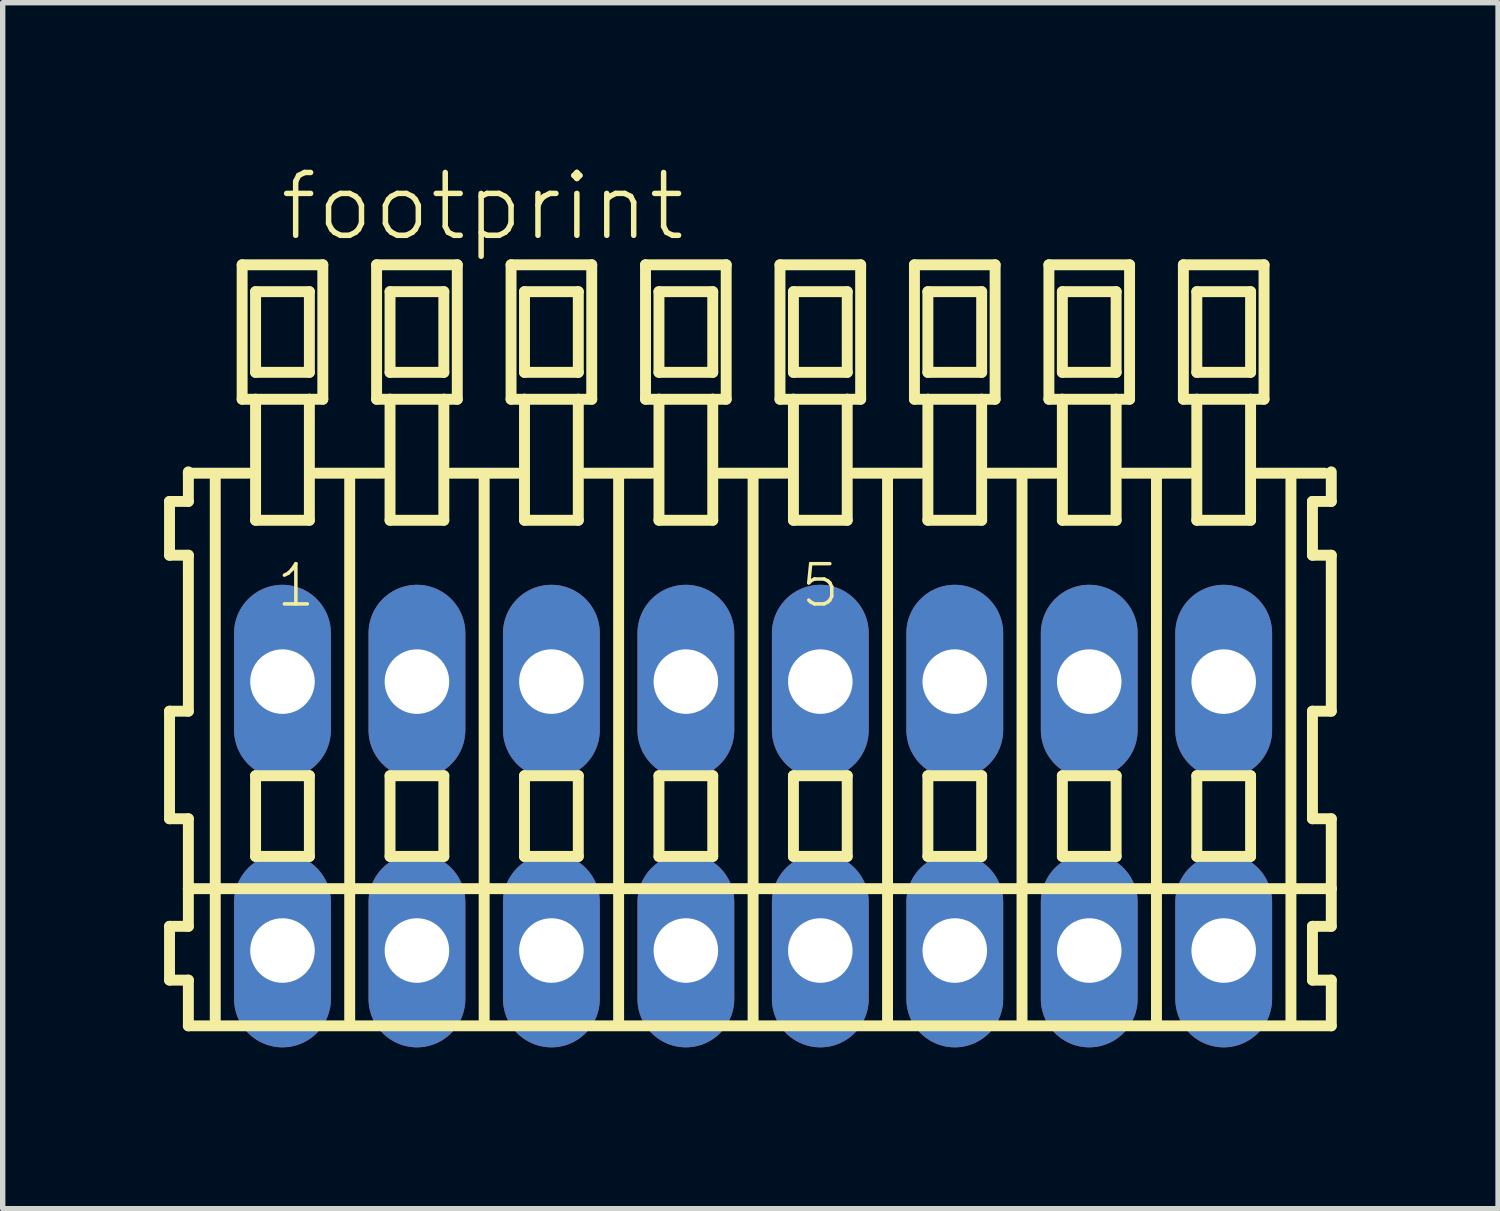
<source format=kicad_pcb>
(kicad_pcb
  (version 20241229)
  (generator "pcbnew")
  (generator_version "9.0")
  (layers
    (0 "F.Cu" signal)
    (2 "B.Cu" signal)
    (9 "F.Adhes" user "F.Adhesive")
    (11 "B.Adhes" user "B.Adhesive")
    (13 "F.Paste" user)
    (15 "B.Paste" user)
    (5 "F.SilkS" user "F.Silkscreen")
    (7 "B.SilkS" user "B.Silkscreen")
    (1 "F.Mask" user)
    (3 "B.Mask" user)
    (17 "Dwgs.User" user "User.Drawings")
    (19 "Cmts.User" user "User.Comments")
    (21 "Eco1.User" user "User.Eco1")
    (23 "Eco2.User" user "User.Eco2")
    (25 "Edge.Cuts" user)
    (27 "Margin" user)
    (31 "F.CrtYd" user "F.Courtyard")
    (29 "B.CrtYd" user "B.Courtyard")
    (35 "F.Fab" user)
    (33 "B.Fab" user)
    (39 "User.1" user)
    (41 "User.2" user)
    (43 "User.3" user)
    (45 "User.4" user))
  (footprint "footprint"
    (layer "F.Cu")
    (at 10.952 12.123)
    (property "Reference" "footprint" (at -8.85 -10.65 0) (layer "F.SilkS") (effects (font (size 1.168 1.168) (thickness 0.102)) (justify left bottom)))
    (fp_line (start -10.85 -5.85) (end -10.85 -4.85) (stroke (width 0.203) (type solid)) (layer "F.SilkS"))
    (fp_line (start -10.85 -4.85) (end -10.5 -4.85) (stroke (width 0.203) (type solid)) (layer "F.SilkS"))
    (fp_line (start -10.85 -1.95) (end -10.85 0.05) (stroke (width 0.203) (type solid)) (layer "F.SilkS"))
    (fp_line (start -10.85 0.05) (end -10.5 0.05) (stroke (width 0.203) (type solid)) (layer "F.SilkS"))
    (fp_line (start -10.85 2.05) (end -10.85 3.05) (stroke (width 0.203) (type solid)) (layer "F.SilkS"))
    (fp_line (start -10.85 3.05) (end -10.5 3.05) (stroke (width 0.203) (type solid)) (layer "F.SilkS"))
    (fp_line (start -10.5 -6.4) (end -10.5 -6.375) (stroke (width 0.203) (type solid)) (layer "F.SilkS"))
    (fp_line (start -10.5 -6.375) (end -10.5 -5.85) (stroke (width 0.203) (type solid)) (layer "F.SilkS"))
    (fp_line (start -10.5 -6.375) (end -9.375 -6.375) (stroke (width 0.203) (type solid)) (layer "F.SilkS"))
    (fp_line (start -10.5 -5.85) (end -10.85 -5.85) (stroke (width 0.203) (type solid)) (layer "F.SilkS"))
    (fp_line (start -10.5 -4.85) (end -10.5 -1.95) (stroke (width 0.203) (type solid)) (layer "F.SilkS"))
    (fp_line (start -10.5 -1.95) (end -10.85 -1.95) (stroke (width 0.203) (type solid)) (layer "F.SilkS"))
    (fp_line (start -10.5 0.05) (end -10.5 1.35) (stroke (width 0.203) (type solid)) (layer "F.SilkS"))
    (fp_line (start -10.5 1.35) (end -10.5 2.05) (stroke (width 0.203) (type solid)) (layer "F.SilkS"))
    (fp_line (start -10.5 1.35) (end 10.75 1.35) (stroke (width 0.203) (type solid)) (layer "F.SilkS"))
    (fp_line (start -10.5 2.05) (end -10.85 2.05) (stroke (width 0.203) (type solid)) (layer "F.SilkS"))
    (fp_line (start -10.5 3.05) (end -10.5 3.9) (stroke (width 0.203) (type solid)) (layer "F.SilkS"))
    (fp_line (start -10.5 3.9) (end 10.75 3.9) (stroke (width 0.203) (type solid)) (layer "F.SilkS"))
    (fp_line (start -10 -6.35) (end -10 3.8) (stroke (width 0.203) (type solid)) (layer "F.SilkS"))
    (fp_line (start -9.5 -10.25) (end -9.5 -7.75) (stroke (width 0.203) (type solid)) (layer "F.SilkS"))
    (fp_line (start -9.5 -7.75) (end -9.25 -7.75) (stroke (width 0.203) (type solid)) (layer "F.SilkS"))
    (fp_line (start -9.25 -9.75) (end -9.25 -8.25) (stroke (width 0.203) (type solid)) (layer "F.SilkS"))
    (fp_line (start -9.25 -8.25) (end -8.25 -8.25) (stroke (width 0.203) (type solid)) (layer "F.SilkS"))
    (fp_line (start -9.25 -7.75) (end -9.25 -5.5) (stroke (width 0.203) (type solid)) (layer "F.SilkS"))
    (fp_line (start -9.25 -7.75) (end -8.25 -7.75) (stroke (width 0.203) (type solid)) (layer "F.SilkS"))
    (fp_line (start -9.25 -5.5) (end -8.25 -5.5) (stroke (width 0.203) (type solid)) (layer "F.SilkS"))
    (fp_line (start -9.25 -0.75) (end -9.25 0.75) (stroke (width 0.203) (type solid)) (layer "F.SilkS"))
    (fp_line (start -9.25 0.75) (end -8.25 0.75) (stroke (width 0.203) (type solid)) (layer "F.SilkS"))
    (fp_line (start -8.25 -9.75) (end -9.25 -9.75) (stroke (width 0.203) (type solid)) (layer "F.SilkS"))
    (fp_line (start -8.25 -8.25) (end -8.25 -9.75) (stroke (width 0.203) (type solid)) (layer "F.SilkS"))
    (fp_line (start -8.25 -7.75) (end -8 -7.75) (stroke (width 0.203) (type solid)) (layer "F.SilkS"))
    (fp_line (start -8.25 -5.5) (end -8.25 -7.75) (stroke (width 0.203) (type solid)) (layer "F.SilkS"))
    (fp_line (start -8.25 -0.75) (end -9.25 -0.75) (stroke (width 0.203) (type solid)) (layer "F.SilkS"))
    (fp_line (start -8.25 0.75) (end -8.25 -0.75) (stroke (width 0.203) (type solid)) (layer "F.SilkS"))
    (fp_line (start -8.125 -6.375) (end -6.875 -6.375) (stroke (width 0.203) (type solid)) (layer "F.SilkS"))
    (fp_line (start -8 -10.25) (end -9.5 -10.25) (stroke (width 0.203) (type solid)) (layer "F.SilkS"))
    (fp_line (start -8 -7.75) (end -8 -10.25) (stroke (width 0.203) (type solid)) (layer "F.SilkS"))
    (fp_line (start -7.5 -6.35) (end -7.5 3.8) (stroke (width 0.203) (type solid)) (layer "F.SilkS"))
    (fp_line (start -7 -10.25) (end -7 -7.75) (stroke (width 0.203) (type solid)) (layer "F.SilkS"))
    (fp_line (start -7 -7.75) (end -6.75 -7.75) (stroke (width 0.203) (type solid)) (layer "F.SilkS"))
    (fp_line (start -6.75 -9.75) (end -6.75 -8.25) (stroke (width 0.203) (type solid)) (layer "F.SilkS"))
    (fp_line (start -6.75 -8.25) (end -5.75 -8.25) (stroke (width 0.203) (type solid)) (layer "F.SilkS"))
    (fp_line (start -6.75 -7.75) (end -6.75 -5.5) (stroke (width 0.203) (type solid)) (layer "F.SilkS"))
    (fp_line (start -6.75 -7.75) (end -5.75 -7.75) (stroke (width 0.203) (type solid)) (layer "F.SilkS"))
    (fp_line (start -6.75 -5.5) (end -5.75 -5.5) (stroke (width 0.203) (type solid)) (layer "F.SilkS"))
    (fp_line (start -6.75 -0.75) (end -6.75 0.75) (stroke (width 0.203) (type solid)) (layer "F.SilkS"))
    (fp_line (start -6.75 0.75) (end -5.75 0.75) (stroke (width 0.203) (type solid)) (layer "F.SilkS"))
    (fp_line (start -5.75 -9.75) (end -6.75 -9.75) (stroke (width 0.203) (type solid)) (layer "F.SilkS"))
    (fp_line (start -5.75 -8.25) (end -5.75 -9.75) (stroke (width 0.203) (type solid)) (layer "F.SilkS"))
    (fp_line (start -5.75 -7.75) (end -5.5 -7.75) (stroke (width 0.203) (type solid)) (layer "F.SilkS"))
    (fp_line (start -5.75 -5.5) (end -5.75 -7.75) (stroke (width 0.203) (type solid)) (layer "F.SilkS"))
    (fp_line (start -5.75 -0.75) (end -6.75 -0.75) (stroke (width 0.203) (type solid)) (layer "F.SilkS"))
    (fp_line (start -5.75 0.75) (end -5.75 -0.75) (stroke (width 0.203) (type solid)) (layer "F.SilkS"))
    (fp_line (start -5.625 -6.375) (end -4.375 -6.375) (stroke (width 0.203) (type solid)) (layer "F.SilkS"))
    (fp_line (start -5.5 -10.25) (end -7 -10.25) (stroke (width 0.203) (type solid)) (layer "F.SilkS"))
    (fp_line (start -5.5 -7.75) (end -5.5 -10.25) (stroke (width 0.203) (type solid)) (layer "F.SilkS"))
    (fp_line (start -5 -6.35) (end -5 3.8) (stroke (width 0.203) (type solid)) (layer "F.SilkS"))
    (fp_line (start -4.5 -10.25) (end -4.5 -7.75) (stroke (width 0.203) (type solid)) (layer "F.SilkS"))
    (fp_line (start -4.5 -7.75) (end -4.25 -7.75) (stroke (width 0.203) (type solid)) (layer "F.SilkS"))
    (fp_line (start -4.25 -9.75) (end -4.25 -8.25) (stroke (width 0.203) (type solid)) (layer "F.SilkS"))
    (fp_line (start -4.25 -8.25) (end -3.25 -8.25) (stroke (width 0.203) (type solid)) (layer "F.SilkS"))
    (fp_line (start -4.25 -7.75) (end -4.25 -5.5) (stroke (width 0.203) (type solid)) (layer "F.SilkS"))
    (fp_line (start -4.25 -7.75) (end -3.25 -7.75) (stroke (width 0.203) (type solid)) (layer "F.SilkS"))
    (fp_line (start -4.25 -5.5) (end -3.25 -5.5) (stroke (width 0.203) (type solid)) (layer "F.SilkS"))
    (fp_line (start -4.25 -0.75) (end -4.25 0.75) (stroke (width 0.203) (type solid)) (layer "F.SilkS"))
    (fp_line (start -4.25 0.75) (end -3.25 0.75) (stroke (width 0.203) (type solid)) (layer "F.SilkS"))
    (fp_line (start -3.25 -9.75) (end -4.25 -9.75) (stroke (width 0.203) (type solid)) (layer "F.SilkS"))
    (fp_line (start -3.25 -8.25) (end -3.25 -9.75) (stroke (width 0.203) (type solid)) (layer "F.SilkS"))
    (fp_line (start -3.25 -7.75) (end -3 -7.75) (stroke (width 0.203) (type solid)) (layer "F.SilkS"))
    (fp_line (start -3.25 -5.5) (end -3.25 -7.75) (stroke (width 0.203) (type solid)) (layer "F.SilkS"))
    (fp_line (start -3.25 -0.75) (end -4.25 -0.75) (stroke (width 0.203) (type solid)) (layer "F.SilkS"))
    (fp_line (start -3.25 0.75) (end -3.25 -0.75) (stroke (width 0.203) (type solid)) (layer "F.SilkS"))
    (fp_line (start -3.125 -6.375) (end -1.875 -6.375) (stroke (width 0.203) (type solid)) (layer "F.SilkS"))
    (fp_line (start -3 -10.25) (end -4.5 -10.25) (stroke (width 0.203) (type solid)) (layer "F.SilkS"))
    (fp_line (start -3 -7.75) (end -3 -10.25) (stroke (width 0.203) (type solid)) (layer "F.SilkS"))
    (fp_line (start -2.5 -6.35) (end -2.5 3.8) (stroke (width 0.203) (type solid)) (layer "F.SilkS"))
    (fp_line (start -2 -10.25) (end -2 -7.75) (stroke (width 0.203) (type solid)) (layer "F.SilkS"))
    (fp_line (start -2 -7.75) (end -1.75 -7.75) (stroke (width 0.203) (type solid)) (layer "F.SilkS"))
    (fp_line (start -1.75 -9.75) (end -1.75 -8.25) (stroke (width 0.203) (type solid)) (layer "F.SilkS"))
    (fp_line (start -1.75 -8.25) (end -0.75 -8.25) (stroke (width 0.203) (type solid)) (layer "F.SilkS"))
    (fp_line (start -1.75 -7.75) (end -1.75 -5.5) (stroke (width 0.203) (type solid)) (layer "F.SilkS"))
    (fp_line (start -1.75 -7.75) (end -0.75 -7.75) (stroke (width 0.203) (type solid)) (layer "F.SilkS"))
    (fp_line (start -1.75 -5.5) (end -0.75 -5.5) (stroke (width 0.203) (type solid)) (layer "F.SilkS"))
    (fp_line (start -1.75 -0.75) (end -1.75 0.75) (stroke (width 0.203) (type solid)) (layer "F.SilkS"))
    (fp_line (start -1.75 0.75) (end -0.75 0.75) (stroke (width 0.203) (type solid)) (layer "F.SilkS"))
    (fp_line (start -0.75 -9.75) (end -1.75 -9.75) (stroke (width 0.203) (type solid)) (layer "F.SilkS"))
    (fp_line (start -0.75 -8.25) (end -0.75 -9.75) (stroke (width 0.203) (type solid)) (layer "F.SilkS"))
    (fp_line (start -0.75 -7.75) (end -0.5 -7.75) (stroke (width 0.203) (type solid)) (layer "F.SilkS"))
    (fp_line (start -0.75 -5.5) (end -0.75 -7.75) (stroke (width 0.203) (type solid)) (layer "F.SilkS"))
    (fp_line (start -0.75 -0.75) (end -1.75 -0.75) (stroke (width 0.203) (type solid)) (layer "F.SilkS"))
    (fp_line (start -0.75 0.75) (end -0.75 -0.75) (stroke (width 0.203) (type solid)) (layer "F.SilkS"))
    (fp_line (start -0.625 -6.375) (end 0.625 -6.375) (stroke (width 0.203) (type solid)) (layer "F.SilkS"))
    (fp_line (start -0.5 -10.25) (end -2 -10.25) (stroke (width 0.203) (type solid)) (layer "F.SilkS"))
    (fp_line (start -0.5 -7.75) (end -0.5 -10.25) (stroke (width 0.203) (type solid)) (layer "F.SilkS"))
    (fp_line (start 0 -6.35) (end 0 3.8) (stroke (width 0.203) (type solid)) (layer "F.SilkS"))
    (fp_line (start 0.5 -10.25) (end 0.5 -7.75) (stroke (width 0.203) (type solid)) (layer "F.SilkS"))
    (fp_line (start 0.5 -7.75) (end 0.75 -7.75) (stroke (width 0.203) (type solid)) (layer "F.SilkS"))
    (fp_line (start 0.75 -9.75) (end 0.75 -8.25) (stroke (width 0.203) (type solid)) (layer "F.SilkS"))
    (fp_line (start 0.75 -8.25) (end 1.75 -8.25) (stroke (width 0.203) (type solid)) (layer "F.SilkS"))
    (fp_line (start 0.75 -7.75) (end 0.75 -5.5) (stroke (width 0.203) (type solid)) (layer "F.SilkS"))
    (fp_line (start 0.75 -7.75) (end 1.75 -7.75) (stroke (width 0.203) (type solid)) (layer "F.SilkS"))
    (fp_line (start 0.75 -5.5) (end 1.75 -5.5) (stroke (width 0.203) (type solid)) (layer "F.SilkS"))
    (fp_line (start 0.75 -0.75) (end 0.75 0.75) (stroke (width 0.203) (type solid)) (layer "F.SilkS"))
    (fp_line (start 0.75 0.75) (end 1.75 0.75) (stroke (width 0.203) (type solid)) (layer "F.SilkS"))
    (fp_line (start 1.75 -9.75) (end 0.75 -9.75) (stroke (width 0.203) (type solid)) (layer "F.SilkS"))
    (fp_line (start 1.75 -8.25) (end 1.75 -9.75) (stroke (width 0.203) (type solid)) (layer "F.SilkS"))
    (fp_line (start 1.75 -7.75) (end 2 -7.75) (stroke (width 0.203) (type solid)) (layer "F.SilkS"))
    (fp_line (start 1.75 -5.5) (end 1.75 -7.75) (stroke (width 0.203) (type solid)) (layer "F.SilkS"))
    (fp_line (start 1.75 -0.75) (end 0.75 -0.75) (stroke (width 0.203) (type solid)) (layer "F.SilkS"))
    (fp_line (start 1.75 0.75) (end 1.75 -0.75) (stroke (width 0.203) (type solid)) (layer "F.SilkS"))
    (fp_line (start 1.875 -6.375) (end 3.125 -6.375) (stroke (width 0.203) (type solid)) (layer "F.SilkS"))
    (fp_line (start 2 -10.25) (end 0.5 -10.25) (stroke (width 0.203) (type solid)) (layer "F.SilkS"))
    (fp_line (start 2 -7.75) (end 2 -10.25) (stroke (width 0.203) (type solid)) (layer "F.SilkS"))
    (fp_line (start 2.5 -6.35) (end 2.5 3.8) (stroke (width 0.203) (type solid)) (layer "F.SilkS"))
    (fp_line (start 3 -10.25) (end 3 -7.75) (stroke (width 0.203) (type solid)) (layer "F.SilkS"))
    (fp_line (start 3 -7.75) (end 3.25 -7.75) (stroke (width 0.203) (type solid)) (layer "F.SilkS"))
    (fp_line (start 3.25 -9.75) (end 3.25 -8.25) (stroke (width 0.203) (type solid)) (layer "F.SilkS"))
    (fp_line (start 3.25 -8.25) (end 4.25 -8.25) (stroke (width 0.203) (type solid)) (layer "F.SilkS"))
    (fp_line (start 3.25 -7.75) (end 3.25 -5.5) (stroke (width 0.203) (type solid)) (layer "F.SilkS"))
    (fp_line (start 3.25 -7.75) (end 4.25 -7.75) (stroke (width 0.203) (type solid)) (layer "F.SilkS"))
    (fp_line (start 3.25 -5.5) (end 4.25 -5.5) (stroke (width 0.203) (type solid)) (layer "F.SilkS"))
    (fp_line (start 3.25 -0.75) (end 3.25 0.75) (stroke (width 0.203) (type solid)) (layer "F.SilkS"))
    (fp_line (start 3.25 0.75) (end 4.25 0.75) (stroke (width 0.203) (type solid)) (layer "F.SilkS"))
    (fp_line (start 4.25 -9.75) (end 3.25 -9.75) (stroke (width 0.203) (type solid)) (layer "F.SilkS"))
    (fp_line (start 4.25 -8.25) (end 4.25 -9.75) (stroke (width 0.203) (type solid)) (layer "F.SilkS"))
    (fp_line (start 4.25 -7.75) (end 4.5 -7.75) (stroke (width 0.203) (type solid)) (layer "F.SilkS"))
    (fp_line (start 4.25 -5.5) (end 4.25 -7.75) (stroke (width 0.203) (type solid)) (layer "F.SilkS"))
    (fp_line (start 4.25 -0.75) (end 3.25 -0.75) (stroke (width 0.203) (type solid)) (layer "F.SilkS"))
    (fp_line (start 4.25 0.75) (end 4.25 -0.75) (stroke (width 0.203) (type solid)) (layer "F.SilkS"))
    (fp_line (start 4.375 -6.375) (end 5.625 -6.375) (stroke (width 0.203) (type solid)) (layer "F.SilkS"))
    (fp_line (start 4.5 -10.25) (end 3 -10.25) (stroke (width 0.203) (type solid)) (layer "F.SilkS"))
    (fp_line (start 4.5 -7.75) (end 4.5 -10.25) (stroke (width 0.203) (type solid)) (layer "F.SilkS"))
    (fp_line (start 5 -6.35) (end 5 3.8) (stroke (width 0.203) (type solid)) (layer "F.SilkS"))
    (fp_line (start 5.5 -10.25) (end 5.5 -7.75) (stroke (width 0.203) (type solid)) (layer "F.SilkS"))
    (fp_line (start 5.5 -7.75) (end 5.75 -7.75) (stroke (width 0.203) (type solid)) (layer "F.SilkS"))
    (fp_line (start 5.75 -9.75) (end 5.75 -8.25) (stroke (width 0.203) (type solid)) (layer "F.SilkS"))
    (fp_line (start 5.75 -8.25) (end 6.75 -8.25) (stroke (width 0.203) (type solid)) (layer "F.SilkS"))
    (fp_line (start 5.75 -7.75) (end 5.75 -5.5) (stroke (width 0.203) (type solid)) (layer "F.SilkS"))
    (fp_line (start 5.75 -7.75) (end 6.75 -7.75) (stroke (width 0.203) (type solid)) (layer "F.SilkS"))
    (fp_line (start 5.75 -5.5) (end 6.75 -5.5) (stroke (width 0.203) (type solid)) (layer "F.SilkS"))
    (fp_line (start 5.75 -0.75) (end 5.75 0.75) (stroke (width 0.203) (type solid)) (layer "F.SilkS"))
    (fp_line (start 5.75 0.75) (end 6.75 0.75) (stroke (width 0.203) (type solid)) (layer "F.SilkS"))
    (fp_line (start 6.75 -9.75) (end 5.75 -9.75) (stroke (width 0.203) (type solid)) (layer "F.SilkS"))
    (fp_line (start 6.75 -8.25) (end 6.75 -9.75) (stroke (width 0.203) (type solid)) (layer "F.SilkS"))
    (fp_line (start 6.75 -7.75) (end 7 -7.75) (stroke (width 0.203) (type solid)) (layer "F.SilkS"))
    (fp_line (start 6.75 -5.5) (end 6.75 -7.75) (stroke (width 0.203) (type solid)) (layer "F.SilkS"))
    (fp_line (start 6.75 -0.75) (end 5.75 -0.75) (stroke (width 0.203) (type solid)) (layer "F.SilkS"))
    (fp_line (start 6.75 0.75) (end 6.75 -0.75) (stroke (width 0.203) (type solid)) (layer "F.SilkS"))
    (fp_line (start 6.875 -6.375) (end 8.125 -6.375) (stroke (width 0.203) (type solid)) (layer "F.SilkS"))
    (fp_line (start 7 -10.25) (end 5.5 -10.25) (stroke (width 0.203) (type solid)) (layer "F.SilkS"))
    (fp_line (start 7 -7.75) (end 7 -10.25) (stroke (width 0.203) (type solid)) (layer "F.SilkS"))
    (fp_line (start 7.5 -6.35) (end 7.5 3.8) (stroke (width 0.203) (type solid)) (layer "F.SilkS"))
    (fp_line (start 8 -10.25) (end 8 -7.75) (stroke (width 0.203) (type solid)) (layer "F.SilkS"))
    (fp_line (start 8 -7.75) (end 8.25 -7.75) (stroke (width 0.203) (type solid)) (layer "F.SilkS"))
    (fp_line (start 8.25 -9.75) (end 8.25 -8.25) (stroke (width 0.203) (type solid)) (layer "F.SilkS"))
    (fp_line (start 8.25 -8.25) (end 9.25 -8.25) (stroke (width 0.203) (type solid)) (layer "F.SilkS"))
    (fp_line (start 8.25 -7.75) (end 8.25 -5.5) (stroke (width 0.203) (type solid)) (layer "F.SilkS"))
    (fp_line (start 8.25 -7.75) (end 9.25 -7.75) (stroke (width 0.203) (type solid)) (layer "F.SilkS"))
    (fp_line (start 8.25 -5.5) (end 9.25 -5.5) (stroke (width 0.203) (type solid)) (layer "F.SilkS"))
    (fp_line (start 8.25 -0.75) (end 8.25 0.75) (stroke (width 0.203) (type solid)) (layer "F.SilkS"))
    (fp_line (start 8.25 0.75) (end 9.25 0.75) (stroke (width 0.203) (type solid)) (layer "F.SilkS"))
    (fp_line (start 9.25 -9.75) (end 8.25 -9.75) (stroke (width 0.203) (type solid)) (layer "F.SilkS"))
    (fp_line (start 9.25 -8.25) (end 9.25 -9.75) (stroke (width 0.203) (type solid)) (layer "F.SilkS"))
    (fp_line (start 9.25 -7.75) (end 9.5 -7.75) (stroke (width 0.203) (type solid)) (layer "F.SilkS"))
    (fp_line (start 9.25 -5.5) (end 9.25 -7.75) (stroke (width 0.203) (type solid)) (layer "F.SilkS"))
    (fp_line (start 9.25 -0.75) (end 8.25 -0.75) (stroke (width 0.203) (type solid)) (layer "F.SilkS"))
    (fp_line (start 9.25 0.75) (end 9.25 -0.75) (stroke (width 0.203) (type solid)) (layer "F.SilkS"))
    (fp_line (start 9.375 -6.375) (end 10.625 -6.375) (stroke (width 0.203) (type solid)) (layer "F.SilkS"))
    (fp_line (start 9.5 -10.25) (end 8 -10.25) (stroke (width 0.203) (type solid)) (layer "F.SilkS"))
    (fp_line (start 9.5 -7.75) (end 9.5 -10.25) (stroke (width 0.203) (type solid)) (layer "F.SilkS"))
    (fp_line (start 10 -6.35) (end 10 3.8) (stroke (width 0.203) (type solid)) (layer "F.SilkS"))
    (fp_line (start 10.4 -5.85) (end 10.4 -4.85) (stroke (width 0.203) (type solid)) (layer "F.SilkS"))
    (fp_line (start 10.4 -4.85) (end 10.75 -4.85) (stroke (width 0.203) (type solid)) (layer "F.SilkS"))
    (fp_line (start 10.4 -1.95) (end 10.4 0.05) (stroke (width 0.203) (type solid)) (layer "F.SilkS"))
    (fp_line (start 10.4 0.05) (end 10.75 0.05) (stroke (width 0.203) (type solid)) (layer "F.SilkS"))
    (fp_line (start 10.4 2.05) (end 10.4 3.05) (stroke (width 0.203) (type solid)) (layer "F.SilkS"))
    (fp_line (start 10.4 3.05) (end 10.75 3.05) (stroke (width 0.203) (type solid)) (layer "F.SilkS"))
    (fp_line (start 10.75 -5.85) (end 10.4 -5.85) (stroke (width 0.203) (type solid)) (layer "F.SilkS"))
    (fp_line (start 10.75 -5.85) (end 10.75 -6.4) (stroke (width 0.203) (type solid)) (layer "F.SilkS"))
    (fp_line (start 10.75 -1.95) (end 10.4 -1.95) (stroke (width 0.203) (type solid)) (layer "F.SilkS"))
    (fp_line (start 10.75 -1.95) (end 10.75 -4.85) (stroke (width 0.203) (type solid)) (layer "F.SilkS"))
    (fp_line (start 10.75 1.35) (end 10.75 0.05) (stroke (width 0.203) (type solid)) (layer "F.SilkS"))
    (fp_line (start 10.75 2.05) (end 10.4 2.05) (stroke (width 0.203) (type solid)) (layer "F.SilkS"))
    (fp_line (start 10.75 2.05) (end 10.75 1.35) (stroke (width 0.203) (type solid)) (layer "F.SilkS"))
    (fp_line (start 10.75 3.9) (end 10.75 3.05) (stroke (width 0.203) (type solid)) (layer "F.SilkS"))
    (fp_text user "5" (at 0.85 -3.85 0) (layer "F.SilkS") (effects (font (size 0.748 0.748) (thickness 0.065)) (justify left bottom)))
    (fp_text user "1" (at -8.9 -3.85 0) (layer "F.SilkS") (effects (font (size 0.748 0.748) (thickness 0.065)) (justify left bottom)))
    (pad "A1" thru_hole oval (at -8.75 -2.5 90) (size 3.6 1.8) (drill 1.2) (layers "*.Cu" "*.Mask"))
    (pad "A2" thru_hole oval (at -6.25 -2.5 90) (size 3.6 1.8) (drill 1.2) (layers "*.Cu" "*.Mask"))
    (pad "A3" thru_hole oval (at -3.75 -2.5 90) (size 3.6 1.8) (drill 1.2) (layers "*.Cu" "*.Mask"))
    (pad "A4" thru_hole oval (at -1.25 -2.5 90) (size 3.6 1.8) (drill 1.2) (layers "*.Cu" "*.Mask"))
    (pad "A5" thru_hole oval (at 1.25 -2.5 90) (size 3.6 1.8) (drill 1.2) (layers "*.Cu" "*.Mask"))
    (pad "A6" thru_hole oval (at 3.75 -2.5 90) (size 3.6 1.8) (drill 1.2) (layers "*.Cu" "*.Mask"))
    (pad "A7" thru_hole oval (at 6.25 -2.5 90) (size 3.6 1.8) (drill 1.2) (layers "*.Cu" "*.Mask"))
    (pad "A8" thru_hole oval (at 8.75 -2.5 90) (size 3.6 1.8) (drill 1.2) (layers "*.Cu" "*.Mask"))
    (pad "B1" thru_hole oval (at -8.75 2.5 90) (size 3.6 1.8) (drill 1.2) (layers "*.Cu" "*.Mask"))
    (pad "B2" thru_hole oval (at -6.25 2.5 90) (size 3.6 1.8) (drill 1.2) (layers "*.Cu" "*.Mask"))
    (pad "B3" thru_hole oval (at -3.75 2.5 90) (size 3.6 1.8) (drill 1.2) (layers "*.Cu" "*.Mask"))
    (pad "B4" thru_hole oval (at -1.25 2.5 90) (size 3.6 1.8) (drill 1.2) (layers "*.Cu" "*.Mask"))
    (pad "B5" thru_hole oval (at 1.25 2.5 90) (size 3.6 1.8) (drill 1.2) (layers "*.Cu" "*.Mask"))
    (pad "B6" thru_hole oval (at 3.75 2.5 90) (size 3.6 1.8) (drill 1.2) (layers "*.Cu" "*.Mask"))
    (pad "B7" thru_hole oval (at 6.25 2.5 90) (size 3.6 1.8) (drill 1.2) (layers "*.Cu" "*.Mask"))
    (pad "B8" thru_hole oval (at 8.75 2.5 90) (size 3.6 1.8) (drill 1.2) (layers "*.Cu" "*.Mask")))
  (gr_rect
    (start -3 -3)
    (end 24.803 19.423)
    (stroke (width 0.1) (type default))
    (fill no)
    (layer "Edge.Cuts")))
</source>
